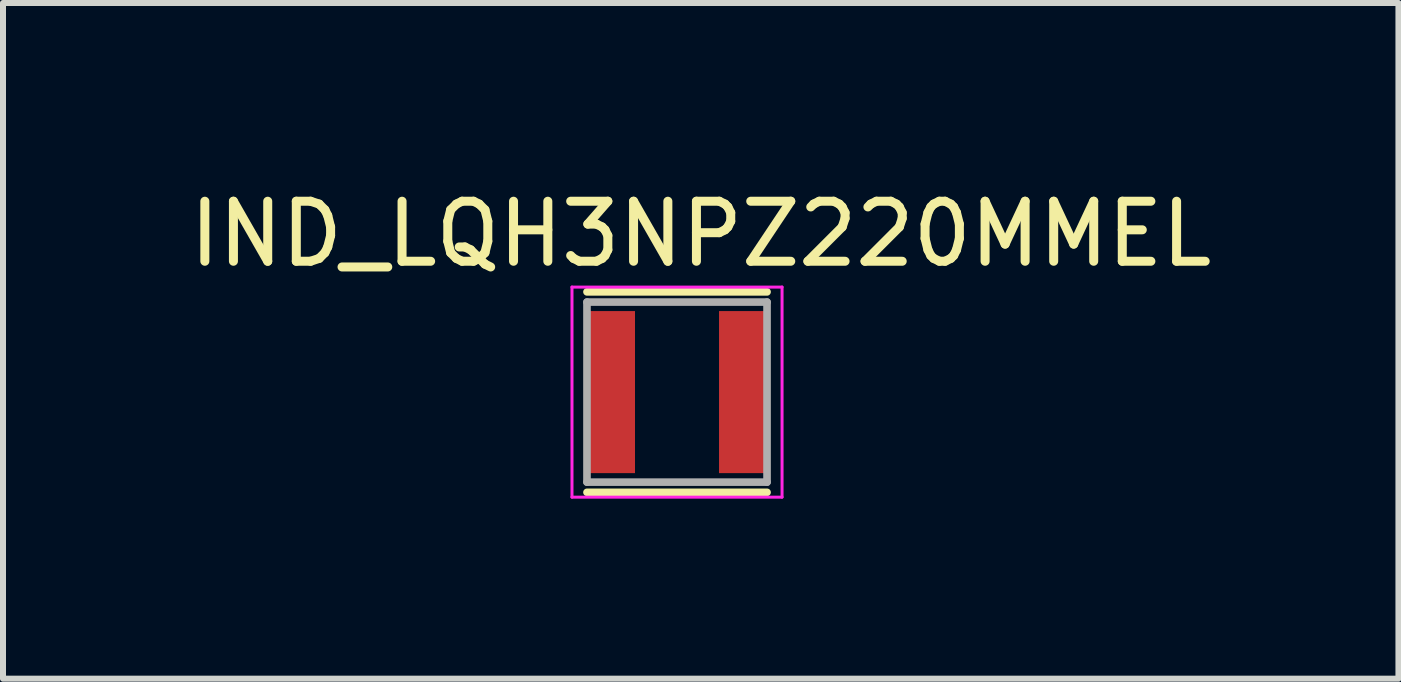
<source format=kicad_pcb>
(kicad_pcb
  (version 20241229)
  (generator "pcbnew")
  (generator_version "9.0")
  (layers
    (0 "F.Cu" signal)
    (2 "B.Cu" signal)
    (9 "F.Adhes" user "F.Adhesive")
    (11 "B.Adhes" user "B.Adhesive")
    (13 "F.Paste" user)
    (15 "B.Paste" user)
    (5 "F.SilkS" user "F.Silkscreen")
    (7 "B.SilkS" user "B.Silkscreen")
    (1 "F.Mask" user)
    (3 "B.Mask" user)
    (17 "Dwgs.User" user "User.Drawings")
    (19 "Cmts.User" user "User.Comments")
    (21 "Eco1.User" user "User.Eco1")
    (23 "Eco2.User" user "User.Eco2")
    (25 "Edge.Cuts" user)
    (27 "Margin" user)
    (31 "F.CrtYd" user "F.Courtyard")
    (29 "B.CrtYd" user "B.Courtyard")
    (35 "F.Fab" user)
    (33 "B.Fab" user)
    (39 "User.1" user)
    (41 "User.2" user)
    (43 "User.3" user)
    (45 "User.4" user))
  (footprint "IND_LQH3NPZ220MMEL"
    (layer "F.Cu")
    (at 8.23 3.483)
    (property "Reference" "IND_LQH3NPZ220MMEL" (at 0.395 -2.635 0) (layer "F.SilkS") (effects (font (size 1 1) (thickness 0.15))))
    (attr smd)
    (fp_line (start -1.5 -1.67) (end 1.5 -1.67) (stroke (width 0.127) (type solid)) (layer "F.SilkS"))
    (fp_line (start -1.5 1.67) (end 1.5 1.67) (stroke (width 0.127) (type solid)) (layer "F.SilkS"))
    (fp_line (start -1.75 -1.75) (end 1.75 -1.75) (stroke (width 0.05) (type solid)) (layer "F.CrtYd"))
    (fp_line (start -1.75 1.75) (end -1.75 -1.75) (stroke (width 0.05) (type solid)) (layer "F.CrtYd"))
    (fp_line (start 1.75 -1.75) (end 1.75 1.75) (stroke (width 0.05) (type solid)) (layer "F.CrtYd"))
    (fp_line (start 1.75 1.75) (end -1.75 1.75) (stroke (width 0.05) (type solid)) (layer "F.CrtYd"))
    (fp_line (start -1.5 -1.5) (end 1.5 -1.5) (stroke (width 0.127) (type solid)) (layer "F.Fab"))
    (fp_line (start -1.5 1.5) (end -1.5 -1.5) (stroke (width 0.127) (type solid)) (layer "F.Fab"))
    (fp_line (start 1.5 -1.5) (end 1.5 1.5) (stroke (width 0.127) (type solid)) (layer "F.Fab"))
    (fp_line (start 1.5 1.5) (end -1.5 1.5) (stroke (width 0.127) (type solid)) (layer "F.Fab"))
    (pad "1" smd rect (at -1.1 0) (size 0.8 2.7) (layers "F.Cu" "F.Mask" "F.Paste"))
    (pad "2" smd rect (at 1.1 0) (size 0.8 2.7) (layers "F.Cu" "F.Mask" "F.Paste")))
  (gr_rect
    (start -3 -3)
    (end 20.25 8.258)
    (stroke (width 0.1) (type default))
    (fill no)
    (layer "Edge.Cuts")))
</source>
